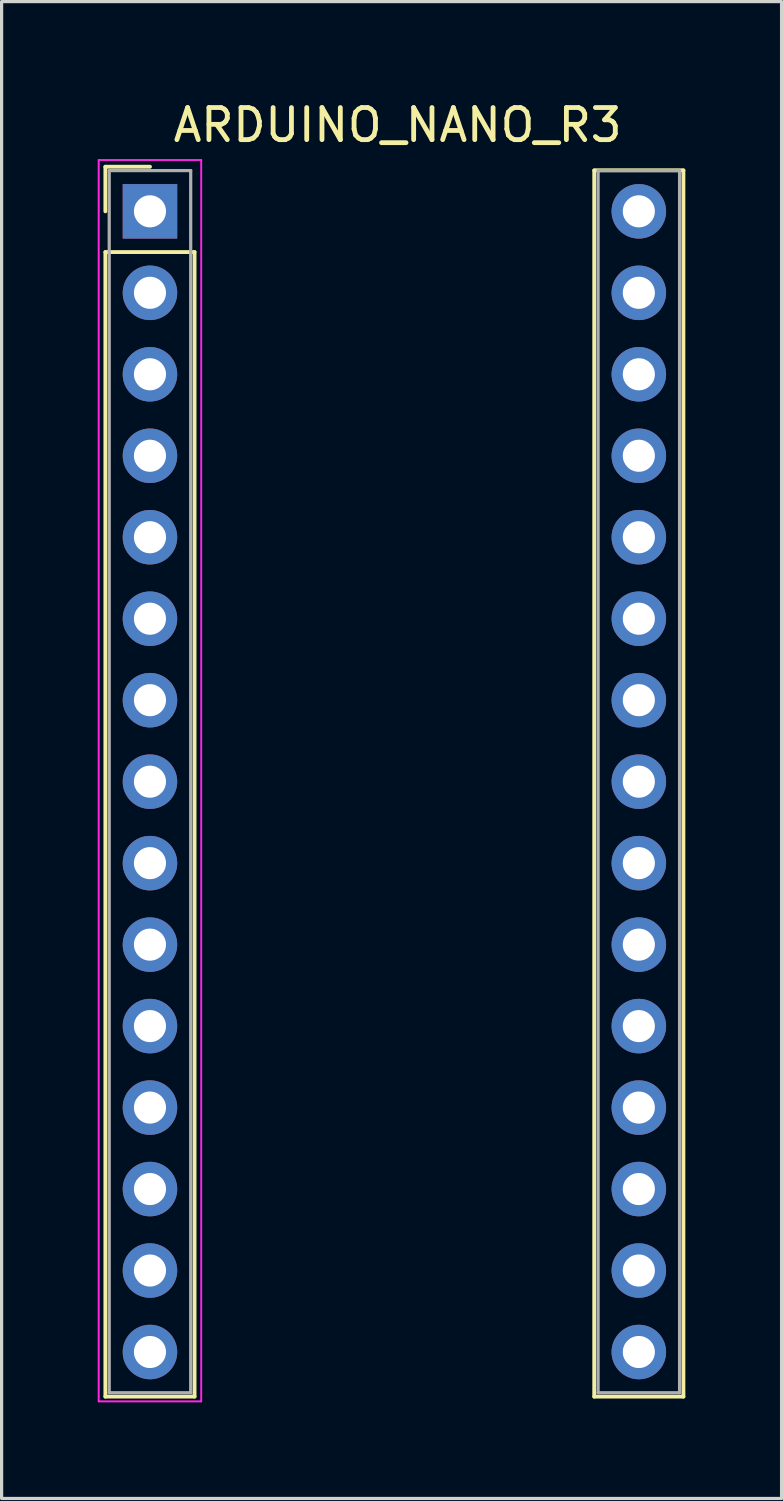
<source format=kicad_pcb>
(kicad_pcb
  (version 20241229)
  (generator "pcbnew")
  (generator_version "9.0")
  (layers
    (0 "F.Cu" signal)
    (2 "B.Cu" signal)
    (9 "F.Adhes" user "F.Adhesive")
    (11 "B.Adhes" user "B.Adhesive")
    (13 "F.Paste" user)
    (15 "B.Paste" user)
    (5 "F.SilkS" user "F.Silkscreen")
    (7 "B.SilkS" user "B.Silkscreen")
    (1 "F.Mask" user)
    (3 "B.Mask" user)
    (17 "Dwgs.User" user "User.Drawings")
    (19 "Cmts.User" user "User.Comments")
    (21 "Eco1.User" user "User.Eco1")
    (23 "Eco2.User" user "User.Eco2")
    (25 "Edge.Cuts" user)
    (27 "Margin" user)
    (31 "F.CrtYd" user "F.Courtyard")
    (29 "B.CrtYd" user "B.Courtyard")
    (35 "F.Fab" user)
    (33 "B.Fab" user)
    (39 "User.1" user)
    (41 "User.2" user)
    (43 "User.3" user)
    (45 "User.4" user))
  (footprint "ARDUINO_NANO_R3"
    (layer "F.Cu")
    (at 1.625 3.538)
    (property "Reference" "ARDUINO_NANO_R3" (at 7.72 -2.69 0) (layer "F.SilkS") (effects (font (size 1 1) (thickness 0.15))))
    (attr through_hole)
    (fp_line (start -1.39 -1.39) (end 0 -1.39) (stroke (width 0.12) (type solid)) (layer "F.SilkS"))
    (fp_line (start -1.39 0) (end -1.39 -1.39) (stroke (width 0.12) (type solid)) (layer "F.SilkS"))
    (fp_line (start -1.39 1.27) (end -1.39 36.95) (stroke (width 0.12) (type solid)) (layer "F.SilkS"))
    (fp_line (start -1.39 36.95) (end 1.39 36.95) (stroke (width 0.12) (type solid)) (layer "F.SilkS"))
    (fp_line (start 1.39 1.27) (end -1.39 1.27) (stroke (width 0.12) (type solid)) (layer "F.SilkS"))
    (fp_line (start 1.39 36.95) (end 1.39 1.27) (stroke (width 0.12) (type solid)) (layer "F.SilkS"))
    (fp_line (start 13.85 -1.27) (end 13.85 36.95) (stroke (width 0.12) (type solid)) (layer "F.SilkS"))
    (fp_line (start 13.85 36.95) (end 16.63 36.95) (stroke (width 0.12) (type solid)) (layer "F.SilkS"))
    (fp_line (start 16.63 -1.28) (end 13.85 -1.28) (stroke (width 0.12) (type solid)) (layer "F.SilkS"))
    (fp_line (start 16.63 36.95) (end 16.63 -1.27) (stroke (width 0.12) (type solid)) (layer "F.SilkS"))
    (fp_line (start -1.6 -1.6) (end -1.6 37.1) (stroke (width 0.05) (type solid)) (layer "F.CrtYd"))
    (fp_line (start -1.6 -1.6) (end -1.6 37.1) (stroke (width 0.05) (type solid)) (layer "F.CrtYd"))
    (fp_line (start -1.6 37.1) (end 1.6 37.1) (stroke (width 0.05) (type solid)) (layer "F.CrtYd"))
    (fp_line (start -1.6 37.1) (end 1.6 37.1) (stroke (width 0.05) (type solid)) (layer "F.CrtYd"))
    (fp_line (start 1.6 -1.6) (end -1.6 -1.6) (stroke (width 0.05) (type solid)) (layer "F.CrtYd"))
    (fp_line (start 1.6 -1.6) (end -1.6 -1.6) (stroke (width 0.05) (type solid)) (layer "F.CrtYd"))
    (fp_line (start 1.6 37.1) (end 1.6 -1.6) (stroke (width 0.05) (type solid)) (layer "F.CrtYd"))
    (fp_line (start 1.6 37.1) (end 1.6 -1.6) (stroke (width 0.05) (type solid)) (layer "F.CrtYd"))
    (fp_line (start -1.27 -1.27) (end -1.27 36.83) (stroke (width 0.1) (type solid)) (layer "F.Fab"))
    (fp_line (start -1.27 36.83) (end 1.27 36.83) (stroke (width 0.1) (type solid)) (layer "F.Fab"))
    (fp_line (start 1.27 -1.27) (end -1.27 -1.27) (stroke (width 0.1) (type solid)) (layer "F.Fab"))
    (fp_line (start 1.27 36.83) (end 1.27 -1.27) (stroke (width 0.1) (type solid)) (layer "F.Fab"))
    (fp_line (start 13.97 -1.27) (end 13.97 36.83) (stroke (width 0.1) (type solid)) (layer "F.Fab"))
    (fp_line (start 13.97 36.83) (end 16.51 36.83) (stroke (width 0.1) (type solid)) (layer "F.Fab"))
    (fp_line (start 16.51 -1.27) (end 13.97 -1.27) (stroke (width 0.1) (type solid)) (layer "F.Fab"))
    (fp_line (start 16.51 36.83) (end 16.51 -1.27) (stroke (width 0.1) (type solid)) (layer "F.Fab"))
    (pad "1" thru_hole rect (at 0 0) (size 1.7 1.7) (drill 1) (layers "*.Cu" "*.Mask"))
    (pad "2" thru_hole oval (at 0 2.54) (size 1.7 1.7) (drill 1) (layers "*.Cu" "*.Mask"))
    (pad "3" thru_hole oval (at 0 5.08) (size 1.7 1.7) (drill 1) (layers "*.Cu" "*.Mask"))
    (pad "4" thru_hole oval (at 0 7.62) (size 1.7 1.7) (drill 1) (layers "*.Cu" "*.Mask"))
    (pad "5" thru_hole oval (at 0 10.16) (size 1.7 1.7) (drill 1) (layers "*.Cu" "*.Mask"))
    (pad "6" thru_hole oval (at 0 12.7) (size 1.7 1.7) (drill 1) (layers "*.Cu" "*.Mask"))
    (pad "7" thru_hole oval (at 0 15.24) (size 1.7 1.7) (drill 1) (layers "*.Cu" "*.Mask"))
    (pad "8" thru_hole oval (at 0 17.78) (size 1.7 1.7) (drill 1) (layers "*.Cu" "*.Mask"))
    (pad "9" thru_hole oval (at 0 20.32) (size 1.7 1.7) (drill 1) (layers "*.Cu" "*.Mask"))
    (pad "10" thru_hole oval (at 0 22.86) (size 1.7 1.7) (drill 1) (layers "*.Cu" "*.Mask"))
    (pad "11" thru_hole oval (at 0 25.4) (size 1.7 1.7) (drill 1) (layers "*.Cu" "*.Mask"))
    (pad "12" thru_hole oval (at 0 27.94) (size 1.7 1.7) (drill 1) (layers "*.Cu" "*.Mask"))
    (pad "13" thru_hole oval (at 0 30.48) (size 1.7 1.7) (drill 1) (layers "*.Cu" "*.Mask"))
    (pad "14" thru_hole oval (at 0 33.02) (size 1.7 1.7) (drill 1) (layers "*.Cu" "*.Mask"))
    (pad "15" thru_hole oval (at 0 35.56) (size 1.7 1.7) (drill 1) (layers "*.Cu" "*.Mask"))
    (pad "16" thru_hole oval (at 15.24 35.56) (size 1.7 1.7) (drill 1) (layers "*.Cu" "*.Mask"))
    (pad "17" thru_hole oval (at 15.24 33.02) (size 1.7 1.7) (drill 1) (layers "*.Cu" "*.Mask"))
    (pad "18" thru_hole oval (at 15.24 30.48) (size 1.7 1.7) (drill 1) (layers "*.Cu" "*.Mask"))
    (pad "19" thru_hole oval (at 15.24 27.94) (size 1.7 1.7) (drill 1) (layers "*.Cu" "*.Mask"))
    (pad "20" thru_hole oval (at 15.24 25.4) (size 1.7 1.7) (drill 1) (layers "*.Cu" "*.Mask"))
    (pad "21" thru_hole oval (at 15.24 22.86) (size 1.7 1.7) (drill 1) (layers "*.Cu" "*.Mask"))
    (pad "22" thru_hole oval (at 15.24 20.32) (size 1.7 1.7) (drill 1) (layers "*.Cu" "*.Mask"))
    (pad "23" thru_hole oval (at 15.24 17.78) (size 1.7 1.7) (drill 1) (layers "*.Cu" "*.Mask"))
    (pad "24" thru_hole oval (at 15.24 15.24) (size 1.7 1.7) (drill 1) (layers "*.Cu" "*.Mask"))
    (pad "25" thru_hole oval (at 15.24 12.7) (size 1.7 1.7) (drill 1) (layers "*.Cu" "*.Mask"))
    (pad "26" thru_hole oval (at 15.24 10.16) (size 1.7 1.7) (drill 1) (layers "*.Cu" "*.Mask"))
    (pad "27" thru_hole oval (at 15.24 7.62) (size 1.7 1.7) (drill 1) (layers "*.Cu" "*.Mask"))
    (pad "28" thru_hole oval (at 15.24 5.08) (size 1.7 1.7) (drill 1) (layers "*.Cu" "*.Mask"))
    (pad "29" thru_hole oval (at 15.24 2.54) (size 1.7 1.7) (drill 1) (layers "*.Cu" "*.Mask"))
    (pad "30" thru_hole circle (at 15.24 0) (size 1.7 1.7) (drill 1) (layers "*.Cu" "*.Mask")))
  (gr_rect
    (start -3 -3)
    (end 21.315 43.663)
    (stroke (width 0.1) (type default))
    (fill no)
    (layer "Edge.Cuts")))
</source>
